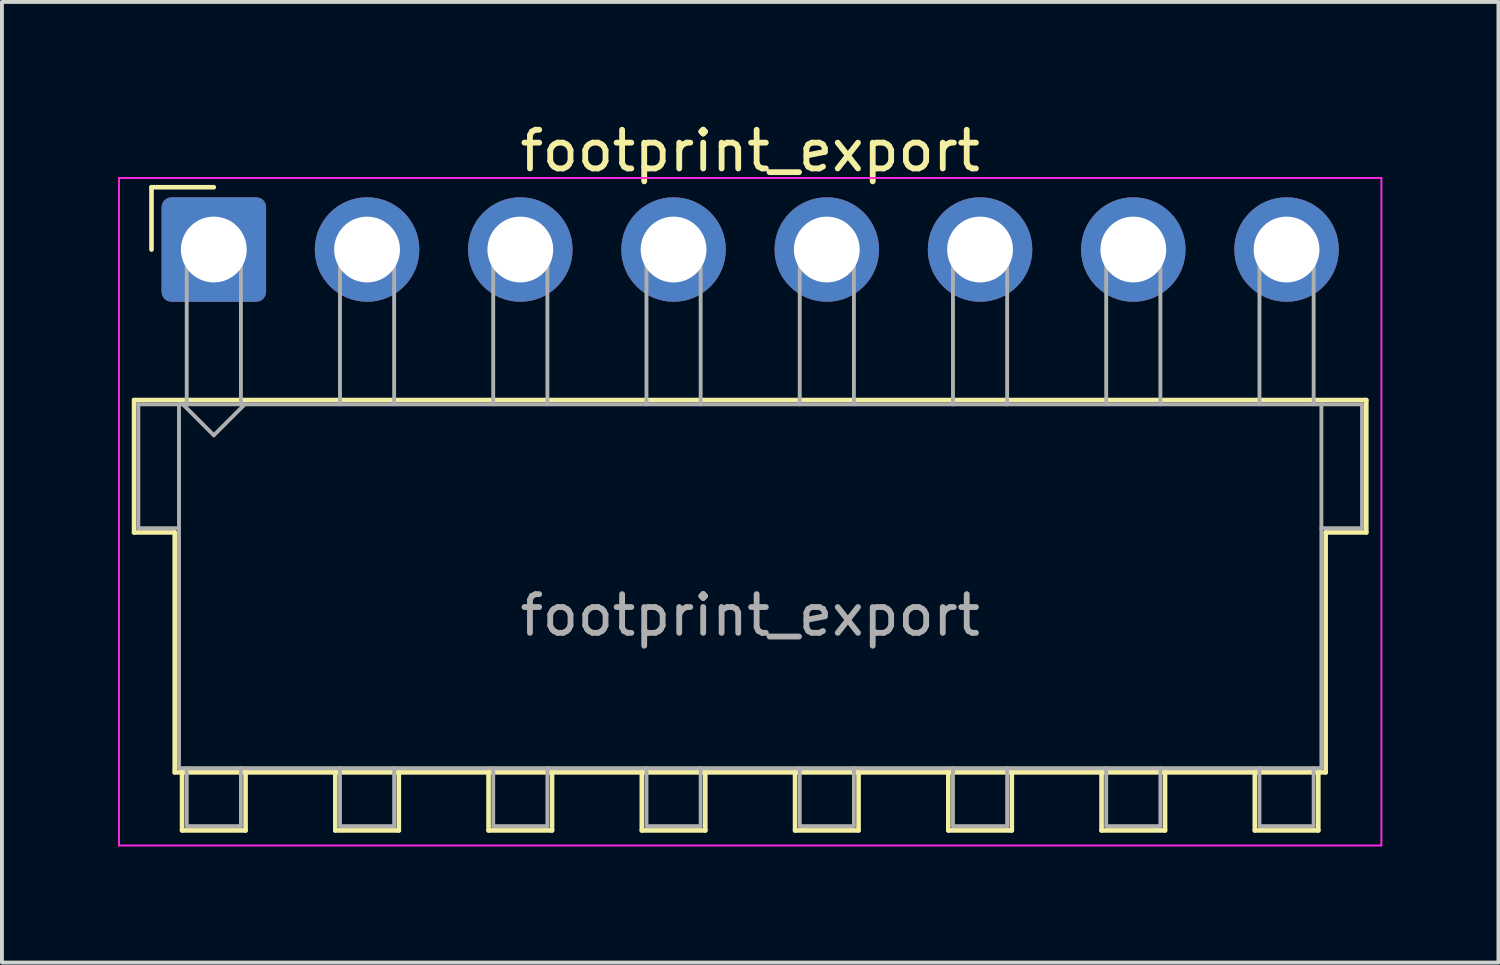
<source format=kicad_pcb>
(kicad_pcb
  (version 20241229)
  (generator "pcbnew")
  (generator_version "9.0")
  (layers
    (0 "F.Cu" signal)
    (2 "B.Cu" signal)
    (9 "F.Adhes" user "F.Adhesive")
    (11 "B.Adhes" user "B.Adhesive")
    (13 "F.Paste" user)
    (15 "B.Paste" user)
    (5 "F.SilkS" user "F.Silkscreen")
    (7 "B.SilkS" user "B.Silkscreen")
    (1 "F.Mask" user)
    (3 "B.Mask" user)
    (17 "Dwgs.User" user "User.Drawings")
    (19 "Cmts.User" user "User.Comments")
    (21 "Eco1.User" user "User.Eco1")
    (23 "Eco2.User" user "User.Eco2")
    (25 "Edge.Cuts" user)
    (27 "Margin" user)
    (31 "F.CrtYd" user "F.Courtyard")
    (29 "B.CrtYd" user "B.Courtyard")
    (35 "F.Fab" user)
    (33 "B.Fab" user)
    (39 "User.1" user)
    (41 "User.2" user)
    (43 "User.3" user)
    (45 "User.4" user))
  (footprint "footprint_export"
    (layer "F.Cu")
    (at 2.475 3.398)
    (property "Reference" "footprint_export" (at 13.86 -2.55 0) (layer "F.SilkS") (effects (font (size 1 1) (thickness 0.15))))
    (attr through_hole)
    (fp_line (start -2.06 3.89) (end 29.78 3.89) (stroke (width 0.12) (type solid)) (layer "F.SilkS"))
    (fp_line (start -2.06 7.31) (end -2.06 3.89) (stroke (width 0.12) (type solid)) (layer "F.SilkS"))
    (fp_line (start -1.61 -1.61) (end -1.61 0) (stroke (width 0.12) (type solid)) (layer "F.SilkS"))
    (fp_line (start -1.01 7.31) (end -2.06 7.31) (stroke (width 0.12) (type solid)) (layer "F.SilkS"))
    (fp_line (start -1.01 13.51) (end -1.01 7.31) (stroke (width 0.12) (type solid)) (layer "F.SilkS"))
    (fp_line (start -0.82 13.51) (end -0.82 15.01) (stroke (width 0.12) (type solid)) (layer "F.SilkS"))
    (fp_line (start -0.82 15.01) (end 0.82 15.01) (stroke (width 0.12) (type solid)) (layer "F.SilkS"))
    (fp_line (start 0 -1.61) (end -1.61 -1.61) (stroke (width 0.12) (type solid)) (layer "F.SilkS"))
    (fp_line (start 0.82 15.01) (end 0.82 13.51) (stroke (width 0.12) (type solid)) (layer "F.SilkS"))
    (fp_line (start 3.14 13.51) (end 3.14 15.01) (stroke (width 0.12) (type solid)) (layer "F.SilkS"))
    (fp_line (start 3.14 15.01) (end 4.78 15.01) (stroke (width 0.12) (type solid)) (layer "F.SilkS"))
    (fp_line (start 4.78 15.01) (end 4.78 13.51) (stroke (width 0.12) (type solid)) (layer "F.SilkS"))
    (fp_line (start 7.1 13.51) (end 7.1 15.01) (stroke (width 0.12) (type solid)) (layer "F.SilkS"))
    (fp_line (start 7.1 15.01) (end 8.74 15.01) (stroke (width 0.12) (type solid)) (layer "F.SilkS"))
    (fp_line (start 8.74 15.01) (end 8.74 13.51) (stroke (width 0.12) (type solid)) (layer "F.SilkS"))
    (fp_line (start 11.06 13.51) (end 11.06 15.01) (stroke (width 0.12) (type solid)) (layer "F.SilkS"))
    (fp_line (start 11.06 15.01) (end 12.7 15.01) (stroke (width 0.12) (type solid)) (layer "F.SilkS"))
    (fp_line (start 12.7 15.01) (end 12.7 13.51) (stroke (width 0.12) (type solid)) (layer "F.SilkS"))
    (fp_line (start 15.02 13.51) (end 15.02 15.01) (stroke (width 0.12) (type solid)) (layer "F.SilkS"))
    (fp_line (start 15.02 15.01) (end 16.66 15.01) (stroke (width 0.12) (type solid)) (layer "F.SilkS"))
    (fp_line (start 16.66 15.01) (end 16.66 13.51) (stroke (width 0.12) (type solid)) (layer "F.SilkS"))
    (fp_line (start 18.98 13.51) (end 18.98 15.01) (stroke (width 0.12) (type solid)) (layer "F.SilkS"))
    (fp_line (start 18.98 15.01) (end 20.62 15.01) (stroke (width 0.12) (type solid)) (layer "F.SilkS"))
    (fp_line (start 20.62 15.01) (end 20.62 13.51) (stroke (width 0.12) (type solid)) (layer "F.SilkS"))
    (fp_line (start 22.94 13.51) (end 22.94 15.01) (stroke (width 0.12) (type solid)) (layer "F.SilkS"))
    (fp_line (start 22.94 15.01) (end 24.58 15.01) (stroke (width 0.12) (type solid)) (layer "F.SilkS"))
    (fp_line (start 24.58 15.01) (end 24.58 13.51) (stroke (width 0.12) (type solid)) (layer "F.SilkS"))
    (fp_line (start 26.9 13.51) (end 26.9 15.01) (stroke (width 0.12) (type solid)) (layer "F.SilkS"))
    (fp_line (start 26.9 15.01) (end 28.54 15.01) (stroke (width 0.12) (type solid)) (layer "F.SilkS"))
    (fp_line (start 28.54 15.01) (end 28.54 13.51) (stroke (width 0.12) (type solid)) (layer "F.SilkS"))
    (fp_line (start 28.73 7.31) (end 28.73 13.51) (stroke (width 0.12) (type solid)) (layer "F.SilkS"))
    (fp_line (start 28.73 13.51) (end -1.01 13.51) (stroke (width 0.12) (type solid)) (layer "F.SilkS"))
    (fp_line (start 29.78 3.89) (end 29.78 7.31) (stroke (width 0.12) (type solid)) (layer "F.SilkS"))
    (fp_line (start 29.78 7.31) (end 28.73 7.31) (stroke (width 0.12) (type solid)) (layer "F.SilkS"))
    (fp_line (start -2.45 -1.85) (end -2.45 15.4) (stroke (width 0.05) (type solid)) (layer "F.CrtYd"))
    (fp_line (start -2.45 15.4) (end 30.17 15.4) (stroke (width 0.05) (type solid)) (layer "F.CrtYd"))
    (fp_line (start 30.17 -1.85) (end -2.45 -1.85) (stroke (width 0.05) (type solid)) (layer "F.CrtYd"))
    (fp_line (start 30.17 15.4) (end 30.17 -1.85) (stroke (width 0.05) (type solid)) (layer "F.CrtYd"))
    (fp_line (start -1.95 4) (end -0.9 4) (stroke (width 0.1) (type solid)) (layer "F.Fab"))
    (fp_line (start -1.95 7.2) (end -1.95 4) (stroke (width 0.1) (type solid)) (layer "F.Fab"))
    (fp_line (start -0.9 4) (end -0.9 13.4) (stroke (width 0.1) (type solid)) (layer "F.Fab"))
    (fp_line (start -0.9 7.2) (end -1.95 7.2) (stroke (width 0.1) (type solid)) (layer "F.Fab"))
    (fp_line (start -0.9 13.4) (end 28.62 13.4) (stroke (width 0.1) (type solid)) (layer "F.Fab"))
    (fp_line (start -0.8 4) (end 0 4.8) (stroke (width 0.1) (type solid)) (layer "F.Fab"))
    (fp_line (start -0.7 0) (end 0.7 0) (stroke (width 0.1) (type solid)) (layer "F.Fab"))
    (fp_line (start -0.7 4) (end -0.7 0) (stroke (width 0.1) (type solid)) (layer "F.Fab"))
    (fp_line (start -0.7 13.4) (end -0.7 14.9) (stroke (width 0.1) (type solid)) (layer "F.Fab"))
    (fp_line (start -0.7 14.9) (end 0.7 14.9) (stroke (width 0.1) (type solid)) (layer "F.Fab"))
    (fp_line (start 0 4.8) (end 0.8 4) (stroke (width 0.1) (type solid)) (layer "F.Fab"))
    (fp_line (start 0.7 0) (end 0.7 4) (stroke (width 0.1) (type solid)) (layer "F.Fab"))
    (fp_line (start 0.7 14.9) (end 0.7 13.4) (stroke (width 0.1) (type solid)) (layer "F.Fab"))
    (fp_line (start 3.26 0) (end 4.66 0) (stroke (width 0.1) (type solid)) (layer "F.Fab"))
    (fp_line (start 3.26 4) (end 3.26 0) (stroke (width 0.1) (type solid)) (layer "F.Fab"))
    (fp_line (start 3.26 13.4) (end 3.26 14.9) (stroke (width 0.1) (type solid)) (layer "F.Fab"))
    (fp_line (start 3.26 14.9) (end 4.66 14.9) (stroke (width 0.1) (type solid)) (layer "F.Fab"))
    (fp_line (start 4.66 0) (end 4.66 4) (stroke (width 0.1) (type solid)) (layer "F.Fab"))
    (fp_line (start 4.66 14.9) (end 4.66 13.4) (stroke (width 0.1) (type solid)) (layer "F.Fab"))
    (fp_line (start 7.22 0) (end 8.62 0) (stroke (width 0.1) (type solid)) (layer "F.Fab"))
    (fp_line (start 7.22 4) (end 7.22 0) (stroke (width 0.1) (type solid)) (layer "F.Fab"))
    (fp_line (start 7.22 13.4) (end 7.22 14.9) (stroke (width 0.1) (type solid)) (layer "F.Fab"))
    (fp_line (start 7.22 14.9) (end 8.62 14.9) (stroke (width 0.1) (type solid)) (layer "F.Fab"))
    (fp_line (start 8.62 0) (end 8.62 4) (stroke (width 0.1) (type solid)) (layer "F.Fab"))
    (fp_line (start 8.62 14.9) (end 8.62 13.4) (stroke (width 0.1) (type solid)) (layer "F.Fab"))
    (fp_line (start 11.18 0) (end 12.58 0) (stroke (width 0.1) (type solid)) (layer "F.Fab"))
    (fp_line (start 11.18 4) (end 11.18 0) (stroke (width 0.1) (type solid)) (layer "F.Fab"))
    (fp_line (start 11.18 13.4) (end 11.18 14.9) (stroke (width 0.1) (type solid)) (layer "F.Fab"))
    (fp_line (start 11.18 14.9) (end 12.58 14.9) (stroke (width 0.1) (type solid)) (layer "F.Fab"))
    (fp_line (start 12.58 0) (end 12.58 4) (stroke (width 0.1) (type solid)) (layer "F.Fab"))
    (fp_line (start 12.58 14.9) (end 12.58 13.4) (stroke (width 0.1) (type solid)) (layer "F.Fab"))
    (fp_line (start 15.14 0) (end 16.54 0) (stroke (width 0.1) (type solid)) (layer "F.Fab"))
    (fp_line (start 15.14 4) (end 15.14 0) (stroke (width 0.1) (type solid)) (layer "F.Fab"))
    (fp_line (start 15.14 13.4) (end 15.14 14.9) (stroke (width 0.1) (type solid)) (layer "F.Fab"))
    (fp_line (start 15.14 14.9) (end 16.54 14.9) (stroke (width 0.1) (type solid)) (layer "F.Fab"))
    (fp_line (start 16.54 0) (end 16.54 4) (stroke (width 0.1) (type solid)) (layer "F.Fab"))
    (fp_line (start 16.54 14.9) (end 16.54 13.4) (stroke (width 0.1) (type solid)) (layer "F.Fab"))
    (fp_line (start 19.1 0) (end 20.5 0) (stroke (width 0.1) (type solid)) (layer "F.Fab"))
    (fp_line (start 19.1 4) (end 19.1 0) (stroke (width 0.1) (type solid)) (layer "F.Fab"))
    (fp_line (start 19.1 13.4) (end 19.1 14.9) (stroke (width 0.1) (type solid)) (layer "F.Fab"))
    (fp_line (start 19.1 14.9) (end 20.5 14.9) (stroke (width 0.1) (type solid)) (layer "F.Fab"))
    (fp_line (start 20.5 0) (end 20.5 4) (stroke (width 0.1) (type solid)) (layer "F.Fab"))
    (fp_line (start 20.5 14.9) (end 20.5 13.4) (stroke (width 0.1) (type solid)) (layer "F.Fab"))
    (fp_line (start 23.06 0) (end 24.46 0) (stroke (width 0.1) (type solid)) (layer "F.Fab"))
    (fp_line (start 23.06 4) (end 23.06 0) (stroke (width 0.1) (type solid)) (layer "F.Fab"))
    (fp_line (start 23.06 13.4) (end 23.06 14.9) (stroke (width 0.1) (type solid)) (layer "F.Fab"))
    (fp_line (start 23.06 14.9) (end 24.46 14.9) (stroke (width 0.1) (type solid)) (layer "F.Fab"))
    (fp_line (start 24.46 0) (end 24.46 4) (stroke (width 0.1) (type solid)) (layer "F.Fab"))
    (fp_line (start 24.46 14.9) (end 24.46 13.4) (stroke (width 0.1) (type solid)) (layer "F.Fab"))
    (fp_line (start 27.02 0) (end 28.42 0) (stroke (width 0.1) (type solid)) (layer "F.Fab"))
    (fp_line (start 27.02 4) (end 27.02 0) (stroke (width 0.1) (type solid)) (layer "F.Fab"))
    (fp_line (start 27.02 13.4) (end 27.02 14.9) (stroke (width 0.1) (type solid)) (layer "F.Fab"))
    (fp_line (start 27.02 14.9) (end 28.42 14.9) (stroke (width 0.1) (type solid)) (layer "F.Fab"))
    (fp_line (start 28.42 0) (end 28.42 4) (stroke (width 0.1) (type solid)) (layer "F.Fab"))
    (fp_line (start 28.42 14.9) (end 28.42 13.4) (stroke (width 0.1) (type solid)) (layer "F.Fab"))
    (fp_line (start 28.62 4) (end -0.9 4) (stroke (width 0.1) (type solid)) (layer "F.Fab"))
    (fp_line (start 28.62 4) (end 29.67 4) (stroke (width 0.1) (type solid)) (layer "F.Fab"))
    (fp_line (start 28.62 13.4) (end 28.62 4) (stroke (width 0.1) (type solid)) (layer "F.Fab"))
    (fp_line (start 29.67 4) (end 29.67 7.2) (stroke (width 0.1) (type solid)) (layer "F.Fab"))
    (fp_line (start 29.67 7.2) (end 28.62 7.2) (stroke (width 0.1) (type solid)) (layer "F.Fab"))
    (fp_text user "${REFERENCE}" (at 13.86 9.45 0) (layer "F.Fab") (effects (font (size 1 1) (thickness 0.15))))
    (pad "1" thru_hole roundrect (at 0 0) (size 2.7 2.7) (drill 1.7) (layers "*.Cu" "*.Mask") (roundrect_rratio 0.093))
    (pad "2" thru_hole circle (at 3.96 0) (size 2.7 2.7) (drill 1.7) (layers "*.Cu" "*.Mask"))
    (pad "3" thru_hole circle (at 7.92 0) (size 2.7 2.7) (drill 1.7) (layers "*.Cu" "*.Mask"))
    (pad "4" thru_hole circle (at 11.88 0) (size 2.7 2.7) (drill 1.7) (layers "*.Cu" "*.Mask"))
    (pad "5" thru_hole circle (at 15.84 0) (size 2.7 2.7) (drill 1.7) (layers "*.Cu" "*.Mask"))
    (pad "6" thru_hole circle (at 19.8 0) (size 2.7 2.7) (drill 1.7) (layers "*.Cu" "*.Mask"))
    (pad "7" thru_hole circle (at 23.76 0) (size 2.7 2.7) (drill 1.7) (layers "*.Cu" "*.Mask"))
    (pad "8" thru_hole circle (at 27.72 0) (size 2.7 2.7) (drill 1.7) (layers "*.Cu" "*.Mask")))
  (gr_rect
    (start -3 -3)
    (end 35.67 21.823)
    (stroke (width 0.1) (type default))
    (fill no)
    (layer "Edge.Cuts")))
</source>
